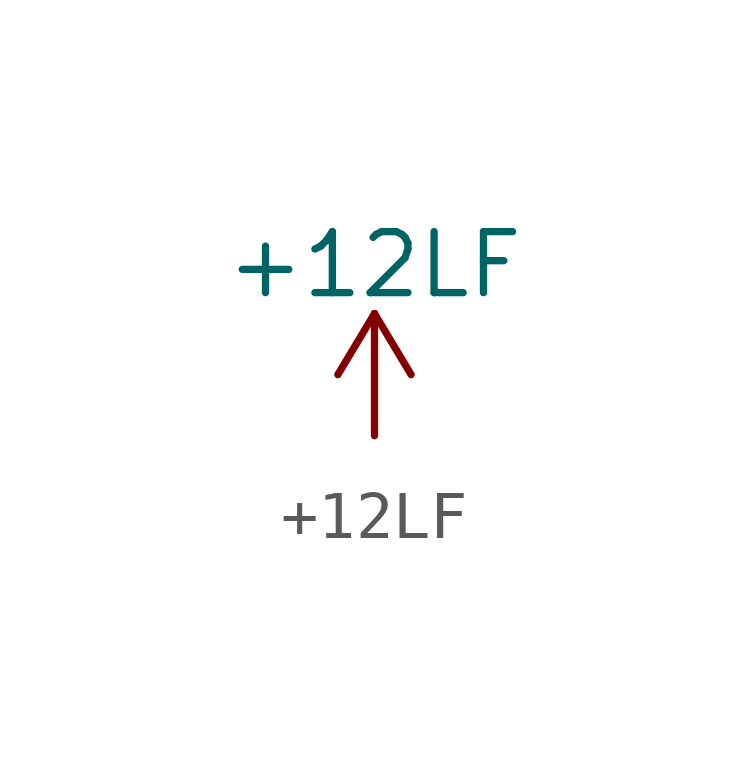
<source format=kicad_sym>
(kicad_symbol_lib
  (version 20201005)
  (generator kicad_symbol_editor)
  (symbol "+12LF"
    (power)
    (pin_names
      (offset 0))
    (property "Reference" "#PWR"
      (at 0 -3.81 0)
      (effects (font (size 1.27 1.27)) hide))
    (property "Value" "+12LF"
      (at 0 3.556 0)
      (effects (font (size 1.27 1.27))))
    (symbol "+12LF_0_1"
      (polyline (pts (xy -0.762 1.27) (xy 0 2.54)) (stroke (width 0)) (fill (type none)))
      (polyline (pts (xy 0 0) (xy 0 2.54)) (stroke (width 0)) (fill (type none)))
      (polyline (pts (xy 0 2.54) (xy 0.762 1.27)) (stroke (width 0)) (fill (type none))))
    (symbol "+12LF_1_1"
      (pin power_in line (at 0 0 90) (length 0) hide (name "+12LF" (effects (font (size 1.27 1.27)))) (number "1" (effects (font (size 1.27 1.27))))))))
</source>
